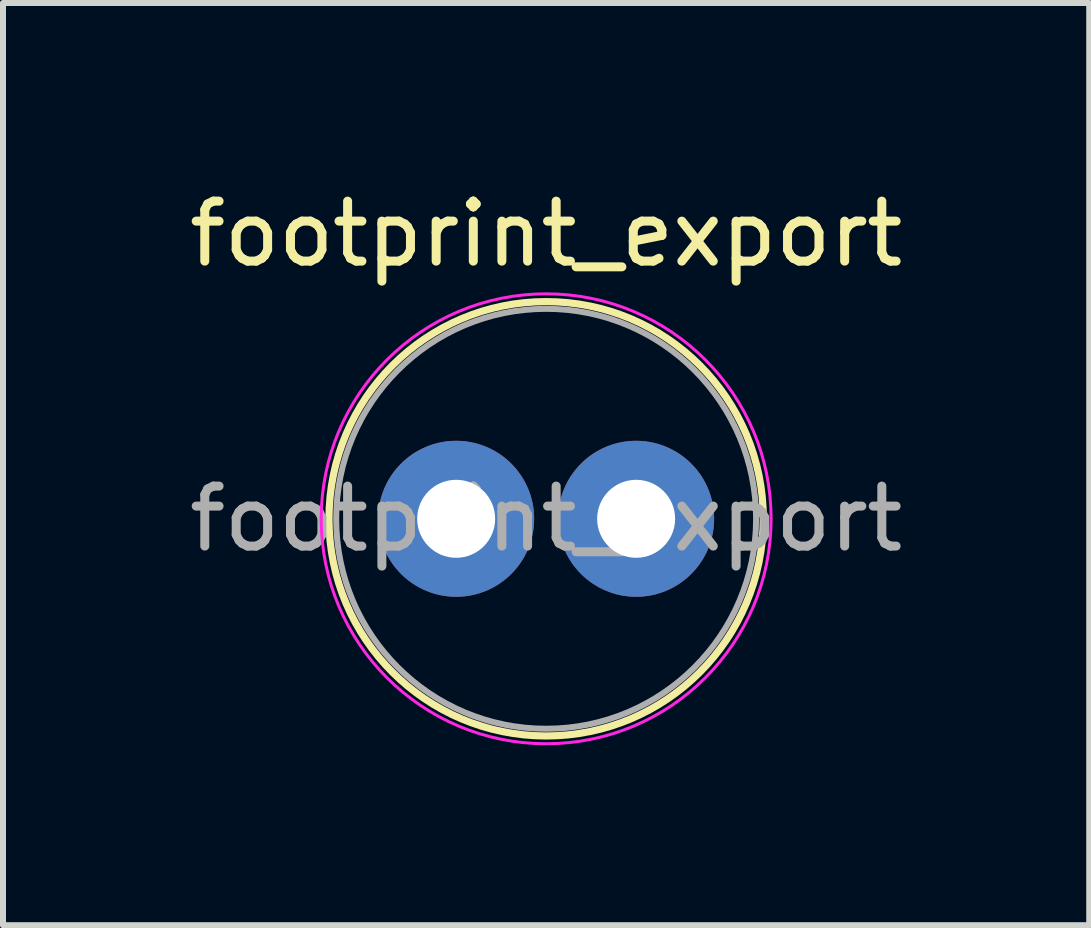
<source format=kicad_pcb>
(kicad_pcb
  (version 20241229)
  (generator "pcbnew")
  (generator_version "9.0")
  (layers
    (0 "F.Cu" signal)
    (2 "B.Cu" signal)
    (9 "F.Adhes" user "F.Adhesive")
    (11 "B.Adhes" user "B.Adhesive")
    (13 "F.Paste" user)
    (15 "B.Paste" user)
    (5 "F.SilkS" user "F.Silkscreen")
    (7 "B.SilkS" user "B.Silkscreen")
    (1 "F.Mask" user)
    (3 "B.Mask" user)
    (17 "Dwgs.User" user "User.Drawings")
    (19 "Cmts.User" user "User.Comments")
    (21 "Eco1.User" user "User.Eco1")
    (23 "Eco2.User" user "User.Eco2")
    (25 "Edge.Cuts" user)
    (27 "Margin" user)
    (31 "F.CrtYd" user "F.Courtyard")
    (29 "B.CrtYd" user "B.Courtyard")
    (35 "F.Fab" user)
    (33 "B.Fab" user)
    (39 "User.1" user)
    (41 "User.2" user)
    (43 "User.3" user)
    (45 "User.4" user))
  (footprint "footprint_export"
    (layer "F.Cu")
    (at 4.554 5.598)
    (property "Reference" "footprint_export" (at 1.5 -4.75 0) (layer "F.SilkS") (effects (font (size 1 1) (thickness 0.15))))
    (attr through_hole)
    (fp_circle (center 1.5 0) (end 5.12 0) (stroke (width 0.12) (type solid)) (fill no) (layer "F.SilkS"))
    (fp_circle (center 1.5 0) (end 5.25 0) (stroke (width 0.05) (type solid)) (fill no) (layer "F.CrtYd"))
    (fp_circle (center 1.5 0) (end 5 0) (stroke (width 0.1) (type solid)) (fill no) (layer "F.Fab"))
    (fp_text user "${REFERENCE}" (at 1.5 0 0) (layer "F.Fab") (effects (font (size 1 1) (thickness 0.15))))
    (pad "1" thru_hole circle (at 0 0) (size 2.6 2.6) (drill 1.3) (layers "*.Cu" "*.Mask"))
    (pad "2" thru_hole circle (at 3 0) (size 2.6 2.6) (drill 1.3) (layers "*.Cu" "*.Mask")))
  (gr_rect
    (start -3 -3)
    (end 15.107 12.373)
    (stroke (width 0.1) (type default))
    (fill no)
    (layer "Edge.Cuts")))
</source>
